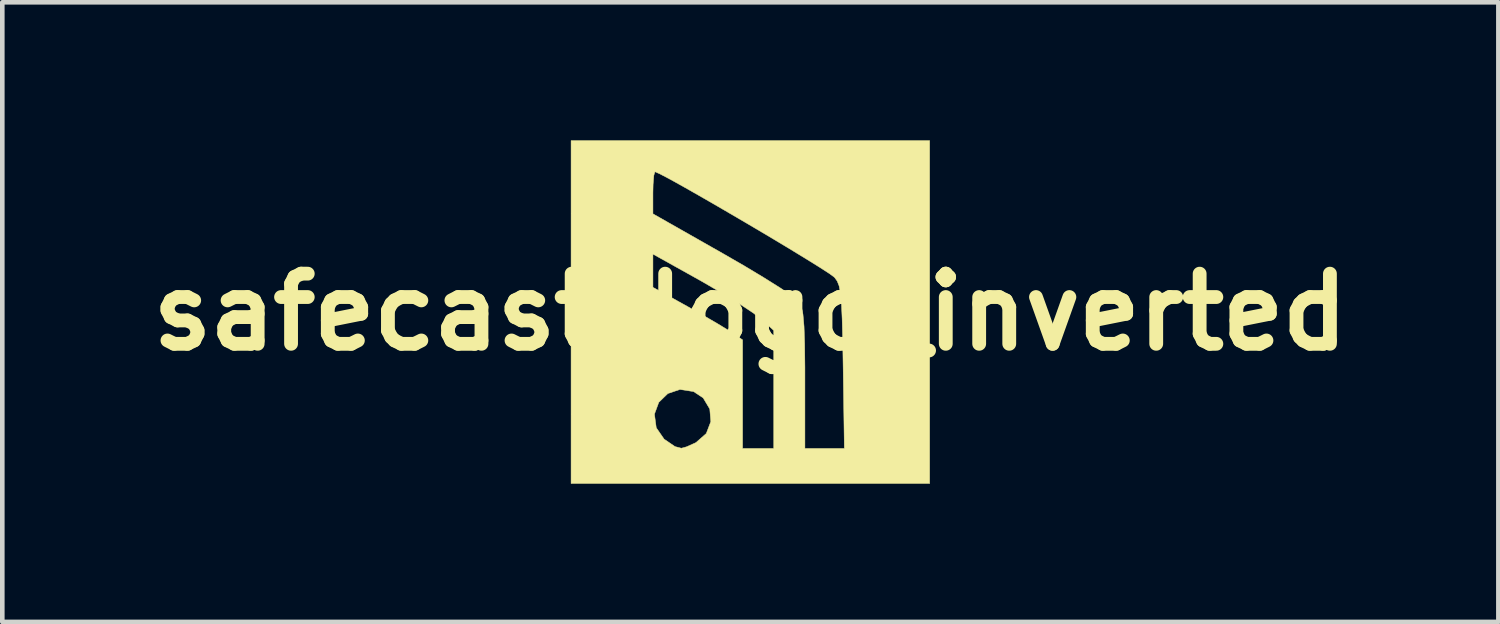
<source format=kicad_pcb>
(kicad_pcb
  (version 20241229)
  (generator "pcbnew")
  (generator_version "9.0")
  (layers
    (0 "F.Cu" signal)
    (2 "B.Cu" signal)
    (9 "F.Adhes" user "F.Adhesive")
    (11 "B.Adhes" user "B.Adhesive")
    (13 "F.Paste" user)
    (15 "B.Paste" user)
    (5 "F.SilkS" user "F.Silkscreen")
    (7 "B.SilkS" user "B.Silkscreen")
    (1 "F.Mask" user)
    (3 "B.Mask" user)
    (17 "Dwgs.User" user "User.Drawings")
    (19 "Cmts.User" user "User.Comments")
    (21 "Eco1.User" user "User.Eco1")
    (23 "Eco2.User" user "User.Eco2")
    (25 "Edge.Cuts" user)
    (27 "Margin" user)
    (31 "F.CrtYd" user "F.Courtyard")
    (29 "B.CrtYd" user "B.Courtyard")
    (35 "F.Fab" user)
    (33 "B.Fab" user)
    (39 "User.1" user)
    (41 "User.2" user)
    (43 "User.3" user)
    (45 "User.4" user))
  (footprint "safecast_logo_inverted"
    (layer "F.Cu")
    (at 13.252 3.73)
    (property "Reference" "safecast_logo_inverted" (at 0 0 0) (layer "F.SilkS") (effects (font (size 1.524 1.524) (thickness 0.3))))
    (attr through_hole)
    (fp_poly (pts (xy 3.895 3.725) (xy -3.895 3.725) (xy -3.895 2.217) (xy -2.084 2.217) (xy -2.045 2.508) (xy -2.041 2.518) (xy -1.874 2.76) (xy -1.637 2.922) (xy -1.499 2.958) (xy -1.383 2.926) (xy -1.195 2.841) (xy -1.182 2.835) (xy -0.958 2.638) (xy -0.859 2.379) (xy -0.882 2.105) (xy -1.026 1.864) (xy -1.234 1.727) (xy -1.53 1.681) (xy -1.793 1.77) (xy -1.989 1.96) (xy -2.084 2.217) (xy -3.895 2.217) (xy -3.895 -0.899) (xy -2.117 -0.899) (xy -2.117 -0.538) (xy -1.376 -0.127) (xy -1.031 0.067) (xy -0.717 0.25) (xy -0.481 0.393) (xy -0.402 0.444) (xy -0.169 0.604) (xy -0.169 2.963) (xy 0.508 2.963) (xy 0.508 0.399) (xy 0.233 0.149) (xy 0.056 0.015) (xy -0.232 -0.176) (xy -0.595 -0.4) (xy -0.997 -0.634) (xy -1.079 -0.681) (xy -2.117 -1.26) (xy -2.117 -0.899) (xy -3.895 -0.899) (xy -3.895 -2.592) (xy -2.117 -2.592) (xy -2.117 -2.135) (xy -0.59 -1.268) (xy -0.122 -0.998) (xy 0.3 -0.744) (xy 0.652 -0.523) (xy 0.909 -0.349) (xy 1.049 -0.239) (xy 1.061 -0.224) (xy 1.108 -0.121) (xy 1.143 0.05) (xy 1.166 0.312) (xy 1.179 0.687) (xy 1.185 1.199) (xy 1.185 1.458) (xy 1.185 2.963) (xy 2.042 2.963) (xy 2.016 1.194) (xy 2.006 0.597) (xy 1.994 0.146) (xy 1.979 -0.183) (xy 1.957 -0.413) (xy 1.928 -0.569) (xy 1.887 -0.672) (xy 1.833 -0.748) (xy 1.827 -0.755) (xy 1.724 -0.832) (xy 1.501 -0.976) (xy 1.182 -1.174) (xy 0.791 -1.412) (xy 0.352 -1.675) (xy -0.112 -1.949) (xy -0.577 -2.221) (xy -1.018 -2.476) (xy -1.411 -2.7) (xy -1.734 -2.88) (xy -1.962 -3) (xy -2.07 -3.048) (xy -2.073 -3.048) (xy -2.097 -2.971) (xy -2.113 -2.774) (xy -2.117 -2.592) (xy -3.895 -2.592) (xy -3.895 -3.725) (xy 3.895 -3.725) (xy 3.895 3.725)) (stroke (width 0.01) (type solid)) (fill yes) (layer "F.SilkS")))
  (gr_rect
    (start -3 -3)
    (end 29.503 10.461)
    (stroke (width 0.1) (type default))
    (fill no)
    (layer "Edge.Cuts")))
</source>
